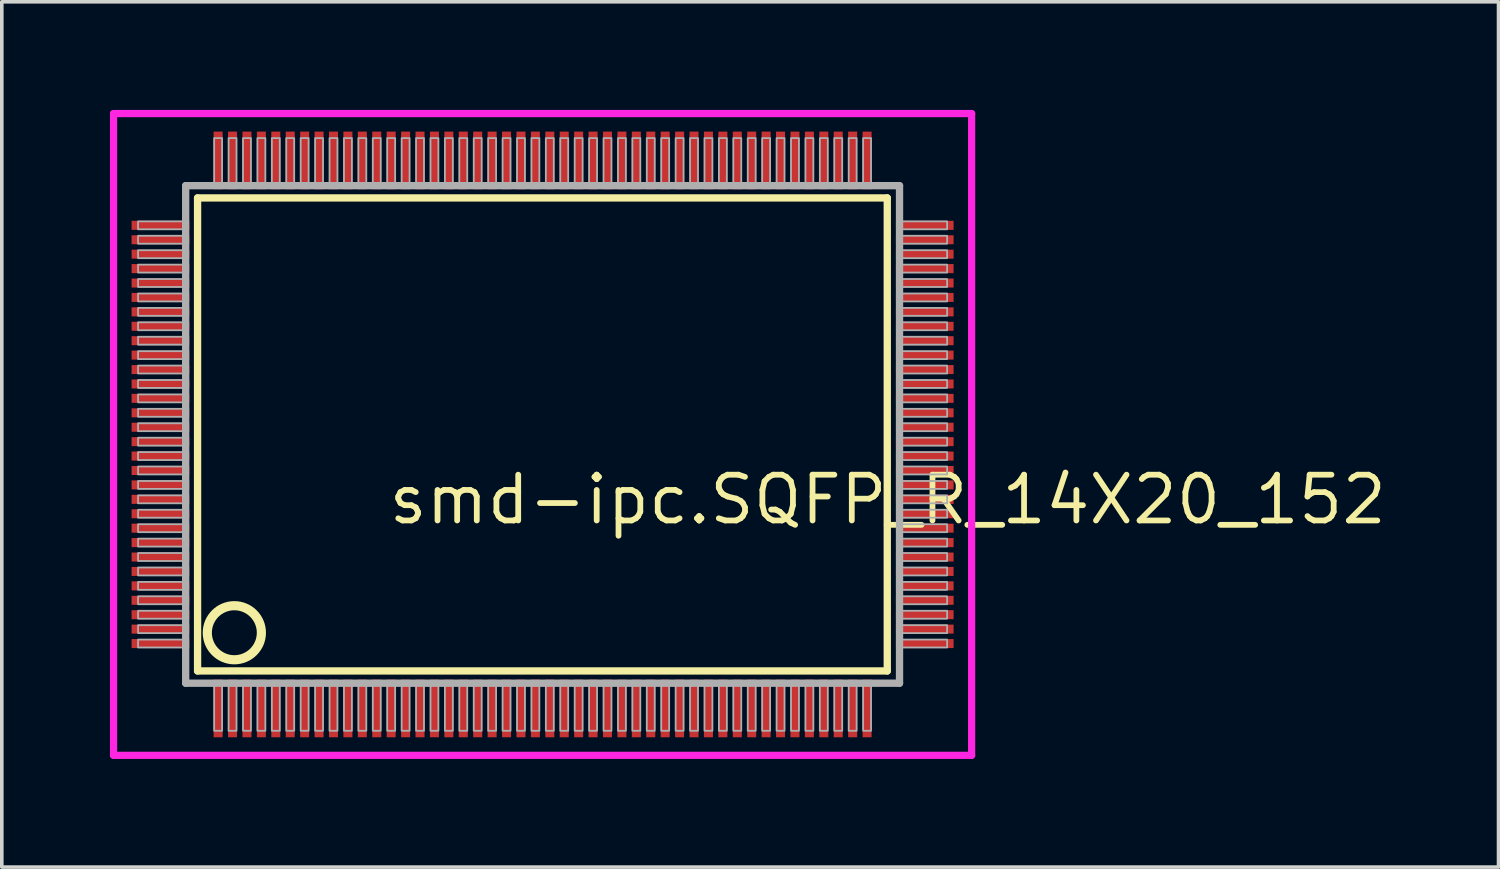
<source format=kicad_pcb>
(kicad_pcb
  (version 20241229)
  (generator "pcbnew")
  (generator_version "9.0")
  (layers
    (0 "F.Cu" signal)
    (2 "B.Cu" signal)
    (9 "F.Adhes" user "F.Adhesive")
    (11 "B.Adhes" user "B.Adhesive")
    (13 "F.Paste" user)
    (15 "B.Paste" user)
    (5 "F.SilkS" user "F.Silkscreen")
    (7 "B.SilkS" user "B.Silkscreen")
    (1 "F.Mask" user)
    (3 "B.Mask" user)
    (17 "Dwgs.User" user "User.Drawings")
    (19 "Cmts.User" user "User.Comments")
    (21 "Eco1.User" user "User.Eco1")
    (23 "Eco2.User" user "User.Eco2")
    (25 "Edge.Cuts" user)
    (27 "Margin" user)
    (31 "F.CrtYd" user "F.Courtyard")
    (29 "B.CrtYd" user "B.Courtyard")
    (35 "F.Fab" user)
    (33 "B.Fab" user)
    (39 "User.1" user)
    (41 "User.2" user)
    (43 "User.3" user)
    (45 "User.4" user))
  (footprint "smd-ipc.SQFP_R_14X20_152"
    (layer "F.Cu")
    (at 12 9)
    (property "Reference" "smd-ipc.SQFP_R_14X20_152" (at -4.35 2.55 0) (layer "F.SilkS") (effects (font (size 1.27 1.27) (thickness 0.16)) (justify left bottom)))
    (attr smd)
    (fp_line (start -9.57 -6.56) (end 9.56 -6.56) (stroke (width 0.203) (type default)) (layer "F.SilkS"))
    (fp_line (start -9.57 6.56) (end -9.57 -6.56) (stroke (width 0.203) (type default)) (layer "F.SilkS"))
    (fp_line (start 9.56 -6.56) (end 9.56 6.56) (stroke (width 0.203) (type default)) (layer "F.SilkS"))
    (fp_line (start 9.56 6.56) (end -9.57 6.56) (stroke (width 0.203) (type default)) (layer "F.SilkS"))
    (fp_circle (center -8.55 5.5) (end -7.8 5.5) (stroke (width 0.254) (type default)) (fill no) (layer "F.SilkS"))
    (fp_line (start -11.9 -8.9) (end 11.9 -8.9) (stroke (width 0.2) (type default)) (layer "F.CrtYd"))
    (fp_line (start -11.9 8.9) (end -11.9 -8.9) (stroke (width 0.2) (type default)) (layer "F.CrtYd"))
    (fp_line (start 11.9 -8.9) (end 11.9 8.9) (stroke (width 0.2) (type default)) (layer "F.CrtYd"))
    (fp_line (start 11.9 8.9) (end -11.9 8.9) (stroke (width 0.2) (type default)) (layer "F.CrtYd"))
    (fp_line (start -9.9 -6.9) (end -9.9 6.9) (stroke (width 0.203) (type default)) (layer "F.Fab"))
    (fp_line (start -9.9 6.9) (end 9.9 6.9) (stroke (width 0.203) (type default)) (layer "F.Fab"))
    (fp_line (start 9.9 -6.9) (end -9.9 -6.9) (stroke (width 0.203) (type default)) (layer "F.Fab"))
    (fp_line (start 9.9 6.9) (end 9.9 -6.9) (stroke (width 0.203) (type default)) (layer "F.Fab"))
    (fp_rect (start -11.22 -5.69) (end -9.95 -5.91) (stroke (width 0.05) (type default)) (fill no) (layer "F.Fab"))
    (fp_rect (start -11.22 -5.29) (end -9.95 -5.51) (stroke (width 0.05) (type default)) (fill no) (layer "F.Fab"))
    (fp_rect (start -11.22 -4.89) (end -9.95 -5.11) (stroke (width 0.05) (type default)) (fill no) (layer "F.Fab"))
    (fp_rect (start -11.22 -4.49) (end -9.95 -4.71) (stroke (width 0.05) (type default)) (fill no) (layer "F.Fab"))
    (fp_rect (start -11.22 -4.09) (end -9.95 -4.31) (stroke (width 0.05) (type default)) (fill no) (layer "F.Fab"))
    (fp_rect (start -11.22 -3.69) (end -9.95 -3.91) (stroke (width 0.05) (type default)) (fill no) (layer "F.Fab"))
    (fp_rect (start -11.22 -3.29) (end -9.95 -3.51) (stroke (width 0.05) (type default)) (fill no) (layer "F.Fab"))
    (fp_rect (start -11.22 -2.89) (end -9.95 -3.11) (stroke (width 0.05) (type default)) (fill no) (layer "F.Fab"))
    (fp_rect (start -11.22 -2.49) (end -9.95 -2.71) (stroke (width 0.05) (type default)) (fill no) (layer "F.Fab"))
    (fp_rect (start -11.22 -2.09) (end -9.95 -2.31) (stroke (width 0.05) (type default)) (fill no) (layer "F.Fab"))
    (fp_rect (start -11.22 -1.69) (end -9.95 -1.91) (stroke (width 0.05) (type default)) (fill no) (layer "F.Fab"))
    (fp_rect (start -11.22 -1.29) (end -9.95 -1.51) (stroke (width 0.05) (type default)) (fill no) (layer "F.Fab"))
    (fp_rect (start -11.22 -0.89) (end -9.95 -1.11) (stroke (width 0.05) (type default)) (fill no) (layer "F.Fab"))
    (fp_rect (start -11.22 -0.49) (end -9.95 -0.71) (stroke (width 0.05) (type default)) (fill no) (layer "F.Fab"))
    (fp_rect (start -11.22 -0.09) (end -9.95 -0.31) (stroke (width 0.05) (type default)) (fill no) (layer "F.Fab"))
    (fp_rect (start -11.22 0.31) (end -9.95 0.09) (stroke (width 0.05) (type default)) (fill no) (layer "F.Fab"))
    (fp_rect (start -11.22 0.71) (end -9.95 0.49) (stroke (width 0.05) (type default)) (fill no) (layer "F.Fab"))
    (fp_rect (start -11.22 1.11) (end -9.95 0.89) (stroke (width 0.05) (type default)) (fill no) (layer "F.Fab"))
    (fp_rect (start -11.22 1.51) (end -9.95 1.29) (stroke (width 0.05) (type default)) (fill no) (layer "F.Fab"))
    (fp_rect (start -11.22 1.91) (end -9.95 1.69) (stroke (width 0.05) (type default)) (fill no) (layer "F.Fab"))
    (fp_rect (start -11.22 2.31) (end -9.95 2.09) (stroke (width 0.05) (type default)) (fill no) (layer "F.Fab"))
    (fp_rect (start -11.22 2.71) (end -9.95 2.49) (stroke (width 0.05) (type default)) (fill no) (layer "F.Fab"))
    (fp_rect (start -11.22 3.11) (end -9.95 2.89) (stroke (width 0.05) (type default)) (fill no) (layer "F.Fab"))
    (fp_rect (start -11.22 3.51) (end -9.95 3.29) (stroke (width 0.05) (type default)) (fill no) (layer "F.Fab"))
    (fp_rect (start -11.22 3.91) (end -9.95 3.69) (stroke (width 0.05) (type default)) (fill no) (layer "F.Fab"))
    (fp_rect (start -11.22 4.31) (end -9.95 4.09) (stroke (width 0.05) (type default)) (fill no) (layer "F.Fab"))
    (fp_rect (start -11.22 4.71) (end -9.95 4.49) (stroke (width 0.05) (type default)) (fill no) (layer "F.Fab"))
    (fp_rect (start -11.22 5.11) (end -9.95 4.89) (stroke (width 0.05) (type default)) (fill no) (layer "F.Fab"))
    (fp_rect (start -11.22 5.51) (end -9.95 5.29) (stroke (width 0.05) (type default)) (fill no) (layer "F.Fab"))
    (fp_rect (start -11.22 5.91) (end -9.95 5.69) (stroke (width 0.05) (type default)) (fill no) (layer "F.Fab"))
    (fp_rect (start -9.11 -6.95) (end -8.89 -8.22) (stroke (width 0.05) (type default)) (fill no) (layer "F.Fab"))
    (fp_rect (start -9.11 8.22) (end -8.89 6.95) (stroke (width 0.05) (type default)) (fill no) (layer "F.Fab"))
    (fp_rect (start -8.71 -6.95) (end -8.49 -8.22) (stroke (width 0.05) (type default)) (fill no) (layer "F.Fab"))
    (fp_rect (start -8.71 8.22) (end -8.49 6.95) (stroke (width 0.05) (type default)) (fill no) (layer "F.Fab"))
    (fp_rect (start -8.31 -6.95) (end -8.09 -8.22) (stroke (width 0.05) (type default)) (fill no) (layer "F.Fab"))
    (fp_rect (start -8.31 8.22) (end -8.09 6.95) (stroke (width 0.05) (type default)) (fill no) (layer "F.Fab"))
    (fp_rect (start -7.91 -6.95) (end -7.69 -8.22) (stroke (width 0.05) (type default)) (fill no) (layer "F.Fab"))
    (fp_rect (start -7.91 8.22) (end -7.69 6.95) (stroke (width 0.05) (type default)) (fill no) (layer "F.Fab"))
    (fp_rect (start -7.51 -6.95) (end -7.29 -8.22) (stroke (width 0.05) (type default)) (fill no) (layer "F.Fab"))
    (fp_rect (start -7.51 8.22) (end -7.29 6.95) (stroke (width 0.05) (type default)) (fill no) (layer "F.Fab"))
    (fp_rect (start -7.11 -6.95) (end -6.89 -8.22) (stroke (width 0.05) (type default)) (fill no) (layer "F.Fab"))
    (fp_rect (start -7.11 8.22) (end -6.89 6.95) (stroke (width 0.05) (type default)) (fill no) (layer "F.Fab"))
    (fp_rect (start -6.71 -6.95) (end -6.49 -8.22) (stroke (width 0.05) (type default)) (fill no) (layer "F.Fab"))
    (fp_rect (start -6.71 8.22) (end -6.49 6.95) (stroke (width 0.05) (type default)) (fill no) (layer "F.Fab"))
    (fp_rect (start -6.31 -6.95) (end -6.09 -8.22) (stroke (width 0.05) (type default)) (fill no) (layer "F.Fab"))
    (fp_rect (start -6.31 8.22) (end -6.09 6.95) (stroke (width 0.05) (type default)) (fill no) (layer "F.Fab"))
    (fp_rect (start -5.91 -6.95) (end -5.69 -8.22) (stroke (width 0.05) (type default)) (fill no) (layer "F.Fab"))
    (fp_rect (start -5.91 8.22) (end -5.69 6.95) (stroke (width 0.05) (type default)) (fill no) (layer "F.Fab"))
    (fp_rect (start -5.51 -6.95) (end -5.29 -8.22) (stroke (width 0.05) (type default)) (fill no) (layer "F.Fab"))
    (fp_rect (start -5.51 8.22) (end -5.29 6.95) (stroke (width 0.05) (type default)) (fill no) (layer "F.Fab"))
    (fp_rect (start -5.11 -6.95) (end -4.89 -8.22) (stroke (width 0.05) (type default)) (fill no) (layer "F.Fab"))
    (fp_rect (start -5.11 8.22) (end -4.89 6.95) (stroke (width 0.05) (type default)) (fill no) (layer "F.Fab"))
    (fp_rect (start -4.71 -6.95) (end -4.49 -8.22) (stroke (width 0.05) (type default)) (fill no) (layer "F.Fab"))
    (fp_rect (start -4.71 8.22) (end -4.49 6.95) (stroke (width 0.05) (type default)) (fill no) (layer "F.Fab"))
    (fp_rect (start -4.31 -6.95) (end -4.09 -8.22) (stroke (width 0.05) (type default)) (fill no) (layer "F.Fab"))
    (fp_rect (start -4.31 8.22) (end -4.09 6.95) (stroke (width 0.05) (type default)) (fill no) (layer "F.Fab"))
    (fp_rect (start -3.91 -6.95) (end -3.69 -8.22) (stroke (width 0.05) (type default)) (fill no) (layer "F.Fab"))
    (fp_rect (start -3.91 8.22) (end -3.69 6.95) (stroke (width 0.05) (type default)) (fill no) (layer "F.Fab"))
    (fp_rect (start -3.51 -6.95) (end -3.29 -8.22) (stroke (width 0.05) (type default)) (fill no) (layer "F.Fab"))
    (fp_rect (start -3.51 8.22) (end -3.29 6.95) (stroke (width 0.05) (type default)) (fill no) (layer "F.Fab"))
    (fp_rect (start -3.11 -6.95) (end -2.89 -8.22) (stroke (width 0.05) (type default)) (fill no) (layer "F.Fab"))
    (fp_rect (start -3.11 8.22) (end -2.89 6.95) (stroke (width 0.05) (type default)) (fill no) (layer "F.Fab"))
    (fp_rect (start -2.71 -6.95) (end -2.49 -8.22) (stroke (width 0.05) (type default)) (fill no) (layer "F.Fab"))
    (fp_rect (start -2.71 8.22) (end -2.49 6.95) (stroke (width 0.05) (type default)) (fill no) (layer "F.Fab"))
    (fp_rect (start -2.31 -6.95) (end -2.09 -8.22) (stroke (width 0.05) (type default)) (fill no) (layer "F.Fab"))
    (fp_rect (start -2.31 8.22) (end -2.09 6.95) (stroke (width 0.05) (type default)) (fill no) (layer "F.Fab"))
    (fp_rect (start -1.91 -6.95) (end -1.69 -8.22) (stroke (width 0.05) (type default)) (fill no) (layer "F.Fab"))
    (fp_rect (start -1.91 8.22) (end -1.69 6.95) (stroke (width 0.05) (type default)) (fill no) (layer "F.Fab"))
    (fp_rect (start -1.51 -6.95) (end -1.29 -8.22) (stroke (width 0.05) (type default)) (fill no) (layer "F.Fab"))
    (fp_rect (start -1.51 8.22) (end -1.29 6.95) (stroke (width 0.05) (type default)) (fill no) (layer "F.Fab"))
    (fp_rect (start -1.11 -6.95) (end -0.89 -8.22) (stroke (width 0.05) (type default)) (fill no) (layer "F.Fab"))
    (fp_rect (start -1.11 8.22) (end -0.89 6.95) (stroke (width 0.05) (type default)) (fill no) (layer "F.Fab"))
    (fp_rect (start -0.71 -6.95) (end -0.49 -8.22) (stroke (width 0.05) (type default)) (fill no) (layer "F.Fab"))
    (fp_rect (start -0.71 8.22) (end -0.49 6.95) (stroke (width 0.05) (type default)) (fill no) (layer "F.Fab"))
    (fp_rect (start -0.31 -6.95) (end -0.09 -8.22) (stroke (width 0.05) (type default)) (fill no) (layer "F.Fab"))
    (fp_rect (start -0.31 8.22) (end -0.09 6.95) (stroke (width 0.05) (type default)) (fill no) (layer "F.Fab"))
    (fp_rect (start 0.09 -6.95) (end 0.31 -8.22) (stroke (width 0.05) (type default)) (fill no) (layer "F.Fab"))
    (fp_rect (start 0.09 8.22) (end 0.31 6.95) (stroke (width 0.05) (type default)) (fill no) (layer "F.Fab"))
    (fp_rect (start 0.49 -6.95) (end 0.71 -8.22) (stroke (width 0.05) (type default)) (fill no) (layer "F.Fab"))
    (fp_rect (start 0.49 8.22) (end 0.71 6.95) (stroke (width 0.05) (type default)) (fill no) (layer "F.Fab"))
    (fp_rect (start 0.89 -6.95) (end 1.11 -8.22) (stroke (width 0.05) (type default)) (fill no) (layer "F.Fab"))
    (fp_rect (start 0.89 8.22) (end 1.11 6.95) (stroke (width 0.05) (type default)) (fill no) (layer "F.Fab"))
    (fp_rect (start 1.29 -6.95) (end 1.51 -8.22) (stroke (width 0.05) (type default)) (fill no) (layer "F.Fab"))
    (fp_rect (start 1.29 8.22) (end 1.51 6.95) (stroke (width 0.05) (type default)) (fill no) (layer "F.Fab"))
    (fp_rect (start 1.69 -6.95) (end 1.91 -8.22) (stroke (width 0.05) (type default)) (fill no) (layer "F.Fab"))
    (fp_rect (start 1.69 8.22) (end 1.91 6.95) (stroke (width 0.05) (type default)) (fill no) (layer "F.Fab"))
    (fp_rect (start 2.09 -6.95) (end 2.31 -8.22) (stroke (width 0.05) (type default)) (fill no) (layer "F.Fab"))
    (fp_rect (start 2.09 8.22) (end 2.31 6.95) (stroke (width 0.05) (type default)) (fill no) (layer "F.Fab"))
    (fp_rect (start 2.49 -6.95) (end 2.71 -8.22) (stroke (width 0.05) (type default)) (fill no) (layer "F.Fab"))
    (fp_rect (start 2.49 8.22) (end 2.71 6.95) (stroke (width 0.05) (type default)) (fill no) (layer "F.Fab"))
    (fp_rect (start 2.89 -6.95) (end 3.11 -8.22) (stroke (width 0.05) (type default)) (fill no) (layer "F.Fab"))
    (fp_rect (start 2.89 8.22) (end 3.11 6.95) (stroke (width 0.05) (type default)) (fill no) (layer "F.Fab"))
    (fp_rect (start 3.29 -6.95) (end 3.51 -8.22) (stroke (width 0.05) (type default)) (fill no) (layer "F.Fab"))
    (fp_rect (start 3.29 8.22) (end 3.51 6.95) (stroke (width 0.05) (type default)) (fill no) (layer "F.Fab"))
    (fp_rect (start 3.69 -6.95) (end 3.91 -8.22) (stroke (width 0.05) (type default)) (fill no) (layer "F.Fab"))
    (fp_rect (start 3.69 8.22) (end 3.91 6.95) (stroke (width 0.05) (type default)) (fill no) (layer "F.Fab"))
    (fp_rect (start 4.09 -6.95) (end 4.31 -8.22) (stroke (width 0.05) (type default)) (fill no) (layer "F.Fab"))
    (fp_rect (start 4.09 8.22) (end 4.31 6.95) (stroke (width 0.05) (type default)) (fill no) (layer "F.Fab"))
    (fp_rect (start 4.49 -6.95) (end 4.71 -8.22) (stroke (width 0.05) (type default)) (fill no) (layer "F.Fab"))
    (fp_rect (start 4.49 8.22) (end 4.71 6.95) (stroke (width 0.05) (type default)) (fill no) (layer "F.Fab"))
    (fp_rect (start 4.89 -6.95) (end 5.11 -8.22) (stroke (width 0.05) (type default)) (fill no) (layer "F.Fab"))
    (fp_rect (start 4.89 8.22) (end 5.11 6.95) (stroke (width 0.05) (type default)) (fill no) (layer "F.Fab"))
    (fp_rect (start 5.29 -6.95) (end 5.51 -8.22) (stroke (width 0.05) (type default)) (fill no) (layer "F.Fab"))
    (fp_rect (start 5.29 8.22) (end 5.51 6.95) (stroke (width 0.05) (type default)) (fill no) (layer "F.Fab"))
    (fp_rect (start 5.69 -6.95) (end 5.91 -8.22) (stroke (width 0.05) (type default)) (fill no) (layer "F.Fab"))
    (fp_rect (start 5.69 8.22) (end 5.91 6.95) (stroke (width 0.05) (type default)) (fill no) (layer "F.Fab"))
    (fp_rect (start 6.09 -6.95) (end 6.31 -8.22) (stroke (width 0.05) (type default)) (fill no) (layer "F.Fab"))
    (fp_rect (start 6.09 8.22) (end 6.31 6.95) (stroke (width 0.05) (type default)) (fill no) (layer "F.Fab"))
    (fp_rect (start 6.49 -6.95) (end 6.71 -8.22) (stroke (width 0.05) (type default)) (fill no) (layer "F.Fab"))
    (fp_rect (start 6.49 8.22) (end 6.71 6.95) (stroke (width 0.05) (type default)) (fill no) (layer "F.Fab"))
    (fp_rect (start 6.89 -6.95) (end 7.11 -8.22) (stroke (width 0.05) (type default)) (fill no) (layer "F.Fab"))
    (fp_rect (start 6.89 8.22) (end 7.11 6.95) (stroke (width 0.05) (type default)) (fill no) (layer "F.Fab"))
    (fp_rect (start 7.29 -6.95) (end 7.51 -8.22) (stroke (width 0.05) (type default)) (fill no) (layer "F.Fab"))
    (fp_rect (start 7.29 8.22) (end 7.51 6.95) (stroke (width 0.05) (type default)) (fill no) (layer "F.Fab"))
    (fp_rect (start 7.69 -6.95) (end 7.91 -8.22) (stroke (width 0.05) (type default)) (fill no) (layer "F.Fab"))
    (fp_rect (start 7.69 8.22) (end 7.91 6.95) (stroke (width 0.05) (type default)) (fill no) (layer "F.Fab"))
    (fp_rect (start 8.09 -6.95) (end 8.31 -8.22) (stroke (width 0.05) (type default)) (fill no) (layer "F.Fab"))
    (fp_rect (start 8.09 8.22) (end 8.31 6.95) (stroke (width 0.05) (type default)) (fill no) (layer "F.Fab"))
    (fp_rect (start 8.49 -6.95) (end 8.71 -8.22) (stroke (width 0.05) (type default)) (fill no) (layer "F.Fab"))
    (fp_rect (start 8.49 8.22) (end 8.71 6.95) (stroke (width 0.05) (type default)) (fill no) (layer "F.Fab"))
    (fp_rect (start 8.89 -6.95) (end 9.11 -8.22) (stroke (width 0.05) (type default)) (fill no) (layer "F.Fab"))
    (fp_rect (start 8.89 8.22) (end 9.11 6.95) (stroke (width 0.05) (type default)) (fill no) (layer "F.Fab"))
    (fp_rect (start 9.95 -5.69) (end 11.22 -5.91) (stroke (width 0.05) (type default)) (fill no) (layer "F.Fab"))
    (fp_rect (start 9.95 -5.29) (end 11.22 -5.51) (stroke (width 0.05) (type default)) (fill no) (layer "F.Fab"))
    (fp_rect (start 9.95 -4.89) (end 11.22 -5.11) (stroke (width 0.05) (type default)) (fill no) (layer "F.Fab"))
    (fp_rect (start 9.95 -4.49) (end 11.22 -4.71) (stroke (width 0.05) (type default)) (fill no) (layer "F.Fab"))
    (fp_rect (start 9.95 -4.09) (end 11.22 -4.31) (stroke (width 0.05) (type default)) (fill no) (layer "F.Fab"))
    (fp_rect (start 9.95 -3.69) (end 11.22 -3.91) (stroke (width 0.05) (type default)) (fill no) (layer "F.Fab"))
    (fp_rect (start 9.95 -3.29) (end 11.22 -3.51) (stroke (width 0.05) (type default)) (fill no) (layer "F.Fab"))
    (fp_rect (start 9.95 -2.89) (end 11.22 -3.11) (stroke (width 0.05) (type default)) (fill no) (layer "F.Fab"))
    (fp_rect (start 9.95 -2.49) (end 11.22 -2.71) (stroke (width 0.05) (type default)) (fill no) (layer "F.Fab"))
    (fp_rect (start 9.95 -2.09) (end 11.22 -2.31) (stroke (width 0.05) (type default)) (fill no) (layer "F.Fab"))
    (fp_rect (start 9.95 -1.69) (end 11.22 -1.91) (stroke (width 0.05) (type default)) (fill no) (layer "F.Fab"))
    (fp_rect (start 9.95 -1.29) (end 11.22 -1.51) (stroke (width 0.05) (type default)) (fill no) (layer "F.Fab"))
    (fp_rect (start 9.95 -0.89) (end 11.22 -1.11) (stroke (width 0.05) (type default)) (fill no) (layer "F.Fab"))
    (fp_rect (start 9.95 -0.49) (end 11.22 -0.71) (stroke (width 0.05) (type default)) (fill no) (layer "F.Fab"))
    (fp_rect (start 9.95 -0.09) (end 11.22 -0.31) (stroke (width 0.05) (type default)) (fill no) (layer "F.Fab"))
    (fp_rect (start 9.95 0.31) (end 11.22 0.09) (stroke (width 0.05) (type default)) (fill no) (layer "F.Fab"))
    (fp_rect (start 9.95 0.71) (end 11.22 0.49) (stroke (width 0.05) (type default)) (fill no) (layer "F.Fab"))
    (fp_rect (start 9.95 1.11) (end 11.22 0.89) (stroke (width 0.05) (type default)) (fill no) (layer "F.Fab"))
    (fp_rect (start 9.95 1.51) (end 11.22 1.29) (stroke (width 0.05) (type default)) (fill no) (layer "F.Fab"))
    (fp_rect (start 9.95 1.91) (end 11.22 1.69) (stroke (width 0.05) (type default)) (fill no) (layer "F.Fab"))
    (fp_rect (start 9.95 2.31) (end 11.22 2.09) (stroke (width 0.05) (type default)) (fill no) (layer "F.Fab"))
    (fp_rect (start 9.95 2.71) (end 11.22 2.49) (stroke (width 0.05) (type default)) (fill no) (layer "F.Fab"))
    (fp_rect (start 9.95 3.11) (end 11.22 2.89) (stroke (width 0.05) (type default)) (fill no) (layer "F.Fab"))
    (fp_rect (start 9.95 3.51) (end 11.22 3.29) (stroke (width 0.05) (type default)) (fill no) (layer "F.Fab"))
    (fp_rect (start 9.95 3.91) (end 11.22 3.69) (stroke (width 0.05) (type default)) (fill no) (layer "F.Fab"))
    (fp_rect (start 9.95 4.31) (end 11.22 4.09) (stroke (width 0.05) (type default)) (fill no) (layer "F.Fab"))
    (fp_rect (start 9.95 4.71) (end 11.22 4.49) (stroke (width 0.05) (type default)) (fill no) (layer "F.Fab"))
    (fp_rect (start 9.95 5.11) (end 11.22 4.89) (stroke (width 0.05) (type default)) (fill no) (layer "F.Fab"))
    (fp_rect (start 9.95 5.51) (end 11.22 5.29) (stroke (width 0.05) (type default)) (fill no) (layer "F.Fab"))
    (fp_rect (start 9.95 5.91) (end 11.22 5.69) (stroke (width 0.05) (type default)) (fill no) (layer "F.Fab"))
    (pad "1" smd roundrect (at -9 7.6) (size 0.25 1.6) (layers "F.Cu" "F.Mask" "F.Paste") (roundrect_rratio 0.01))
    (pad "2" smd roundrect (at -8.6 7.6) (size 0.25 1.6) (layers "F.Cu" "F.Mask" "F.Paste") (roundrect_rratio 0.01))
    (pad "3" smd roundrect (at -8.2 7.6) (size 0.25 1.6) (layers "F.Cu" "F.Mask" "F.Paste") (roundrect_rratio 0.01))
    (pad "4" smd roundrect (at -7.8 7.6) (size 0.25 1.6) (layers "F.Cu" "F.Mask" "F.Paste") (roundrect_rratio 0.01))
    (pad "5" smd roundrect (at -7.4 7.6) (size 0.25 1.6) (layers "F.Cu" "F.Mask" "F.Paste") (roundrect_rratio 0.01))
    (pad "6" smd roundrect (at -7 7.6) (size 0.25 1.6) (layers "F.Cu" "F.Mask" "F.Paste") (roundrect_rratio 0.01))
    (pad "7" smd roundrect (at -6.6 7.6) (size 0.25 1.6) (layers "F.Cu" "F.Mask" "F.Paste") (roundrect_rratio 0.01))
    (pad "8" smd roundrect (at -6.2 7.6) (size 0.25 1.6) (layers "F.Cu" "F.Mask" "F.Paste") (roundrect_rratio 0.01))
    (pad "9" smd roundrect (at -5.8 7.6) (size 0.25 1.6) (layers "F.Cu" "F.Mask" "F.Paste") (roundrect_rratio 0.01))
    (pad "10" smd roundrect (at -5.4 7.6) (size 0.25 1.6) (layers "F.Cu" "F.Mask" "F.Paste") (roundrect_rratio 0.01))
    (pad "11" smd roundrect (at -5 7.6) (size 0.25 1.6) (layers "F.Cu" "F.Mask" "F.Paste") (roundrect_rratio 0.01))
    (pad "12" smd roundrect (at -4.6 7.6) (size 0.25 1.6) (layers "F.Cu" "F.Mask" "F.Paste") (roundrect_rratio 0.01))
    (pad "13" smd roundrect (at -4.2 7.6) (size 0.25 1.6) (layers "F.Cu" "F.Mask" "F.Paste") (roundrect_rratio 0.01))
    (pad "14" smd roundrect (at -3.8 7.6) (size 0.25 1.6) (layers "F.Cu" "F.Mask" "F.Paste") (roundrect_rratio 0.01))
    (pad "15" smd roundrect (at -3.4 7.6) (size 0.25 1.6) (layers "F.Cu" "F.Mask" "F.Paste") (roundrect_rratio 0.01))
    (pad "16" smd roundrect (at -3 7.6) (size 0.25 1.6) (layers "F.Cu" "F.Mask" "F.Paste") (roundrect_rratio 0.01))
    (pad "17" smd roundrect (at -2.6 7.6) (size 0.25 1.6) (layers "F.Cu" "F.Mask" "F.Paste") (roundrect_rratio 0.01))
    (pad "18" smd roundrect (at -2.2 7.6) (size 0.25 1.6) (layers "F.Cu" "F.Mask" "F.Paste") (roundrect_rratio 0.01))
    (pad "19" smd roundrect (at -1.8 7.6) (size 0.25 1.6) (layers "F.Cu" "F.Mask" "F.Paste") (roundrect_rratio 0.01))
    (pad "20" smd roundrect (at -1.4 7.6) (size 0.25 1.6) (layers "F.Cu" "F.Mask" "F.Paste") (roundrect_rratio 0.01))
    (pad "21" smd roundrect (at -1 7.6) (size 0.25 1.6) (layers "F.Cu" "F.Mask" "F.Paste") (roundrect_rratio 0.01))
    (pad "22" smd roundrect (at -0.6 7.6) (size 0.25 1.6) (layers "F.Cu" "F.Mask" "F.Paste") (roundrect_rratio 0.01))
    (pad "23" smd roundrect (at -0.2 7.6) (size 0.25 1.6) (layers "F.Cu" "F.Mask" "F.Paste") (roundrect_rratio 0.01))
    (pad "24" smd roundrect (at 0.2 7.6) (size 0.25 1.6) (layers "F.Cu" "F.Mask" "F.Paste") (roundrect_rratio 0.01))
    (pad "25" smd roundrect (at 0.6 7.6) (size 0.25 1.6) (layers "F.Cu" "F.Mask" "F.Paste") (roundrect_rratio 0.01))
    (pad "26" smd roundrect (at 1 7.6) (size 0.25 1.6) (layers "F.Cu" "F.Mask" "F.Paste") (roundrect_rratio 0.01))
    (pad "27" smd roundrect (at 1.4 7.6) (size 0.25 1.6) (layers "F.Cu" "F.Mask" "F.Paste") (roundrect_rratio 0.01))
    (pad "28" smd roundrect (at 1.8 7.6) (size 0.25 1.6) (layers "F.Cu" "F.Mask" "F.Paste") (roundrect_rratio 0.01))
    (pad "29" smd roundrect (at 2.2 7.6) (size 0.25 1.6) (layers "F.Cu" "F.Mask" "F.Paste") (roundrect_rratio 0.01))
    (pad "30" smd roundrect (at 2.6 7.6) (size 0.25 1.6) (layers "F.Cu" "F.Mask" "F.Paste") (roundrect_rratio 0.01))
    (pad "31" smd roundrect (at 3 7.6) (size 0.25 1.6) (layers "F.Cu" "F.Mask" "F.Paste") (roundrect_rratio 0.01))
    (pad "32" smd roundrect (at 3.4 7.6) (size 0.25 1.6) (layers "F.Cu" "F.Mask" "F.Paste") (roundrect_rratio 0.01))
    (pad "33" smd roundrect (at 3.8 7.6) (size 0.25 1.6) (layers "F.Cu" "F.Mask" "F.Paste") (roundrect_rratio 0.01))
    (pad "34" smd roundrect (at 4.2 7.6) (size 0.25 1.6) (layers "F.Cu" "F.Mask" "F.Paste") (roundrect_rratio 0.01))
    (pad "35" smd roundrect (at 4.6 7.6) (size 0.25 1.6) (layers "F.Cu" "F.Mask" "F.Paste") (roundrect_rratio 0.01))
    (pad "36" smd roundrect (at 5 7.6) (size 0.25 1.6) (layers "F.Cu" "F.Mask" "F.Paste") (roundrect_rratio 0.01))
    (pad "37" smd roundrect (at 5.4 7.6) (size 0.25 1.6) (layers "F.Cu" "F.Mask" "F.Paste") (roundrect_rratio 0.01))
    (pad "38" smd roundrect (at 5.8 7.6) (size 0.25 1.6) (layers "F.Cu" "F.Mask" "F.Paste") (roundrect_rratio 0.01))
    (pad "39" smd roundrect (at 6.2 7.6) (size 0.25 1.6) (layers "F.Cu" "F.Mask" "F.Paste") (roundrect_rratio 0.01))
    (pad "40" smd roundrect (at 6.6 7.6) (size 0.25 1.6) (layers "F.Cu" "F.Mask" "F.Paste") (roundrect_rratio 0.01))
    (pad "41" smd roundrect (at 7 7.6) (size 0.25 1.6) (layers "F.Cu" "F.Mask" "F.Paste") (roundrect_rratio 0.01))
    (pad "42" smd roundrect (at 7.4 7.6) (size 0.25 1.6) (layers "F.Cu" "F.Mask" "F.Paste") (roundrect_rratio 0.01))
    (pad "43" smd roundrect (at 7.8 7.6) (size 0.25 1.6) (layers "F.Cu" "F.Mask" "F.Paste") (roundrect_rratio 0.01))
    (pad "44" smd roundrect (at 8.2 7.6) (size 0.25 1.6) (layers "F.Cu" "F.Mask" "F.Paste") (roundrect_rratio 0.01))
    (pad "45" smd roundrect (at 8.6 7.6) (size 0.25 1.6) (layers "F.Cu" "F.Mask" "F.Paste") (roundrect_rratio 0.01))
    (pad "46" smd roundrect (at 9 7.6) (size 0.25 1.6) (layers "F.Cu" "F.Mask" "F.Paste") (roundrect_rratio 0.01))
    (pad "47" smd roundrect (at 10.6 5.8) (size 1.6 0.25) (layers "F.Cu" "F.Mask" "F.Paste") (roundrect_rratio 0.01))
    (pad "48" smd roundrect (at 10.6 5.4) (size 1.6 0.25) (layers "F.Cu" "F.Mask" "F.Paste") (roundrect_rratio 0.01))
    (pad "49" smd roundrect (at 10.6 5) (size 1.6 0.25) (layers "F.Cu" "F.Mask" "F.Paste") (roundrect_rratio 0.01))
    (pad "50" smd roundrect (at 10.6 4.6) (size 1.6 0.25) (layers "F.Cu" "F.Mask" "F.Paste") (roundrect_rratio 0.01))
    (pad "51" smd roundrect (at 10.6 4.2) (size 1.6 0.25) (layers "F.Cu" "F.Mask" "F.Paste") (roundrect_rratio 0.01))
    (pad "52" smd roundrect (at 10.6 3.8) (size 1.6 0.25) (layers "F.Cu" "F.Mask" "F.Paste") (roundrect_rratio 0.01))
    (pad "53" smd roundrect (at 10.6 3.4) (size 1.6 0.25) (layers "F.Cu" "F.Mask" "F.Paste") (roundrect_rratio 0.01))
    (pad "54" smd roundrect (at 10.6 3) (size 1.6 0.25) (layers "F.Cu" "F.Mask" "F.Paste") (roundrect_rratio 0.01))
    (pad "55" smd roundrect (at 10.6 2.6) (size 1.6 0.25) (layers "F.Cu" "F.Mask" "F.Paste") (roundrect_rratio 0.01))
    (pad "56" smd roundrect (at 10.6 2.2) (size 1.6 0.25) (layers "F.Cu" "F.Mask" "F.Paste") (roundrect_rratio 0.01))
    (pad "57" smd roundrect (at 10.6 1.8) (size 1.6 0.25) (layers "F.Cu" "F.Mask" "F.Paste") (roundrect_rratio 0.01))
    (pad "58" smd roundrect (at 10.6 1.4) (size 1.6 0.25) (layers "F.Cu" "F.Mask" "F.Paste") (roundrect_rratio 0.01))
    (pad "59" smd roundrect (at 10.6 1) (size 1.6 0.25) (layers "F.Cu" "F.Mask" "F.Paste") (roundrect_rratio 0.01))
    (pad "60" smd roundrect (at 10.6 0.6) (size 1.6 0.25) (layers "F.Cu" "F.Mask" "F.Paste") (roundrect_rratio 0.01))
    (pad "61" smd roundrect (at 10.6 0.2) (size 1.6 0.25) (layers "F.Cu" "F.Mask" "F.Paste") (roundrect_rratio 0.01))
    (pad "62" smd roundrect (at 10.6 -0.2) (size 1.6 0.25) (layers "F.Cu" "F.Mask" "F.Paste") (roundrect_rratio 0.01))
    (pad "63" smd roundrect (at 10.6 -0.6) (size 1.6 0.25) (layers "F.Cu" "F.Mask" "F.Paste") (roundrect_rratio 0.01))
    (pad "64" smd roundrect (at 10.6 -1) (size 1.6 0.25) (layers "F.Cu" "F.Mask" "F.Paste") (roundrect_rratio 0.01))
    (pad "65" smd roundrect (at 10.6 -1.4) (size 1.6 0.25) (layers "F.Cu" "F.Mask" "F.Paste") (roundrect_rratio 0.01))
    (pad "66" smd roundrect (at 10.6 -1.8) (size 1.6 0.25) (layers "F.Cu" "F.Mask" "F.Paste") (roundrect_rratio 0.01))
    (pad "67" smd roundrect (at 10.6 -2.2) (size 1.6 0.25) (layers "F.Cu" "F.Mask" "F.Paste") (roundrect_rratio 0.01))
    (pad "68" smd roundrect (at 10.6 -2.6) (size 1.6 0.25) (layers "F.Cu" "F.Mask" "F.Paste") (roundrect_rratio 0.01))
    (pad "69" smd roundrect (at 10.6 -3) (size 1.6 0.25) (layers "F.Cu" "F.Mask" "F.Paste") (roundrect_rratio 0.01))
    (pad "70" smd roundrect (at 10.6 -3.4) (size 1.6 0.25) (layers "F.Cu" "F.Mask" "F.Paste") (roundrect_rratio 0.01))
    (pad "71" smd roundrect (at 10.6 -3.8) (size 1.6 0.25) (layers "F.Cu" "F.Mask" "F.Paste") (roundrect_rratio 0.01))
    (pad "72" smd roundrect (at 10.6 -4.2) (size 1.6 0.25) (layers "F.Cu" "F.Mask" "F.Paste") (roundrect_rratio 0.01))
    (pad "73" smd roundrect (at 10.6 -4.6) (size 1.6 0.25) (layers "F.Cu" "F.Mask" "F.Paste") (roundrect_rratio 0.01))
    (pad "74" smd roundrect (at 10.6 -5) (size 1.6 0.25) (layers "F.Cu" "F.Mask" "F.Paste") (roundrect_rratio 0.01))
    (pad "75" smd roundrect (at 10.6 -5.4) (size 1.6 0.25) (layers "F.Cu" "F.Mask" "F.Paste") (roundrect_rratio 0.01))
    (pad "76" smd roundrect (at 10.6 -5.8) (size 1.6 0.25) (layers "F.Cu" "F.Mask" "F.Paste") (roundrect_rratio 0.01))
    (pad "77" smd roundrect (at 9 -7.6) (size 0.25 1.6) (layers "F.Cu" "F.Mask" "F.Paste") (roundrect_rratio 0.01))
    (pad "78" smd roundrect (at 8.6 -7.6) (size 0.25 1.6) (layers "F.Cu" "F.Mask" "F.Paste") (roundrect_rratio 0.01))
    (pad "79" smd roundrect (at 8.2 -7.6) (size 0.25 1.6) (layers "F.Cu" "F.Mask" "F.Paste") (roundrect_rratio 0.01))
    (pad "80" smd roundrect (at 7.8 -7.6) (size 0.25 1.6) (layers "F.Cu" "F.Mask" "F.Paste") (roundrect_rratio 0.01))
    (pad "81" smd roundrect (at 7.4 -7.6) (size 0.25 1.6) (layers "F.Cu" "F.Mask" "F.Paste") (roundrect_rratio 0.01))
    (pad "82" smd roundrect (at 7 -7.6) (size 0.25 1.6) (layers "F.Cu" "F.Mask" "F.Paste") (roundrect_rratio 0.01))
    (pad "83" smd roundrect (at 6.6 -7.6) (size 0.25 1.6) (layers "F.Cu" "F.Mask" "F.Paste") (roundrect_rratio 0.01))
    (pad "84" smd roundrect (at 6.2 -7.6) (size 0.25 1.6) (layers "F.Cu" "F.Mask" "F.Paste") (roundrect_rratio 0.01))
    (pad "85" smd roundrect (at 5.8 -7.6) (size 0.25 1.6) (layers "F.Cu" "F.Mask" "F.Paste") (roundrect_rratio 0.01))
    (pad "86" smd roundrect (at 5.4 -7.6) (size 0.25 1.6) (layers "F.Cu" "F.Mask" "F.Paste") (roundrect_rratio 0.01))
    (pad "87" smd roundrect (at 5 -7.6) (size 0.25 1.6) (layers "F.Cu" "F.Mask" "F.Paste") (roundrect_rratio 0.01))
    (pad "88" smd roundrect (at 4.6 -7.6) (size 0.25 1.6) (layers "F.Cu" "F.Mask" "F.Paste") (roundrect_rratio 0.01))
    (pad "89" smd roundrect (at 4.2 -7.6) (size 0.25 1.6) (layers "F.Cu" "F.Mask" "F.Paste") (roundrect_rratio 0.01))
    (pad "90" smd roundrect (at 3.8 -7.6) (size 0.25 1.6) (layers "F.Cu" "F.Mask" "F.Paste") (roundrect_rratio 0.01))
    (pad "91" smd roundrect (at 3.4 -7.6) (size 0.25 1.6) (layers "F.Cu" "F.Mask" "F.Paste") (roundrect_rratio 0.01))
    (pad "92" smd roundrect (at 3 -7.6) (size 0.25 1.6) (layers "F.Cu" "F.Mask" "F.Paste") (roundrect_rratio 0.01))
    (pad "93" smd roundrect (at 2.6 -7.6) (size 0.25 1.6) (layers "F.Cu" "F.Mask" "F.Paste") (roundrect_rratio 0.01))
    (pad "94" smd roundrect (at 2.2 -7.6) (size 0.25 1.6) (layers "F.Cu" "F.Mask" "F.Paste") (roundrect_rratio 0.01))
    (pad "95" smd roundrect (at 1.8 -7.6) (size 0.25 1.6) (layers "F.Cu" "F.Mask" "F.Paste") (roundrect_rratio 0.01))
    (pad "96" smd roundrect (at 1.4 -7.6) (size 0.25 1.6) (layers "F.Cu" "F.Mask" "F.Paste") (roundrect_rratio 0.01))
    (pad "97" smd roundrect (at 1 -7.6) (size 0.25 1.6) (layers "F.Cu" "F.Mask" "F.Paste") (roundrect_rratio 0.01))
    (pad "98" smd roundrect (at 0.6 -7.6) (size 0.25 1.6) (layers "F.Cu" "F.Mask" "F.Paste") (roundrect_rratio 0.01))
    (pad "99" smd roundrect (at 0.2 -7.6) (size 0.25 1.6) (layers "F.Cu" "F.Mask" "F.Paste") (roundrect_rratio 0.01))
    (pad "100" smd roundrect (at -0.2 -7.6) (size 0.25 1.6) (layers "F.Cu" "F.Mask" "F.Paste") (roundrect_rratio 0.01))
    (pad "101" smd roundrect (at -0.6 -7.6) (size 0.25 1.6) (layers "F.Cu" "F.Mask" "F.Paste") (roundrect_rratio 0.01))
    (pad "102" smd roundrect (at -1 -7.6) (size 0.25 1.6) (layers "F.Cu" "F.Mask" "F.Paste") (roundrect_rratio 0.01))
    (pad "103" smd roundrect (at -1.4 -7.6) (size 0.25 1.6) (layers "F.Cu" "F.Mask" "F.Paste") (roundrect_rratio 0.01))
    (pad "104" smd roundrect (at -1.8 -7.6) (size 0.25 1.6) (layers "F.Cu" "F.Mask" "F.Paste") (roundrect_rratio 0.01))
    (pad "105" smd roundrect (at -2.2 -7.6) (size 0.25 1.6) (layers "F.Cu" "F.Mask" "F.Paste") (roundrect_rratio 0.01))
    (pad "106" smd roundrect (at -2.6 -7.6) (size 0.25 1.6) (layers "F.Cu" "F.Mask" "F.Paste") (roundrect_rratio 0.01))
    (pad "107" smd roundrect (at -3 -7.6) (size 0.25 1.6) (layers "F.Cu" "F.Mask" "F.Paste") (roundrect_rratio 0.01))
    (pad "108" smd roundrect (at -3.4 -7.6) (size 0.25 1.6) (layers "F.Cu" "F.Mask" "F.Paste") (roundrect_rratio 0.01))
    (pad "109" smd roundrect (at -3.8 -7.6) (size 0.25 1.6) (layers "F.Cu" "F.Mask" "F.Paste") (roundrect_rratio 0.01))
    (pad "110" smd roundrect (at -4.2 -7.6) (size 0.25 1.6) (layers "F.Cu" "F.Mask" "F.Paste") (roundrect_rratio 0.01))
    (pad "111" smd roundrect (at -4.6 -7.6) (size 0.25 1.6) (layers "F.Cu" "F.Mask" "F.Paste") (roundrect_rratio 0.01))
    (pad "112" smd roundrect (at -5 -7.6) (size 0.25 1.6) (layers "F.Cu" "F.Mask" "F.Paste") (roundrect_rratio 0.01))
    (pad "113" smd roundrect (at -5.4 -7.6) (size 0.25 1.6) (layers "F.Cu" "F.Mask" "F.Paste") (roundrect_rratio 0.01))
    (pad "114" smd roundrect (at -5.8 -7.6) (size 0.25 1.6) (layers "F.Cu" "F.Mask" "F.Paste") (roundrect_rratio 0.01))
    (pad "115" smd roundrect (at -6.2 -7.6) (size 0.25 1.6) (layers "F.Cu" "F.Mask" "F.Paste") (roundrect_rratio 0.01))
    (pad "116" smd roundrect (at -6.6 -7.6) (size 0.25 1.6) (layers "F.Cu" "F.Mask" "F.Paste") (roundrect_rratio 0.01))
    (pad "117" smd roundrect (at -7 -7.6) (size 0.25 1.6) (layers "F.Cu" "F.Mask" "F.Paste") (roundrect_rratio 0.01))
    (pad "118" smd roundrect (at -7.4 -7.6) (size 0.25 1.6) (layers "F.Cu" "F.Mask" "F.Paste") (roundrect_rratio 0.01))
    (pad "119" smd roundrect (at -7.8 -7.6) (size 0.25 1.6) (layers "F.Cu" "F.Mask" "F.Paste") (roundrect_rratio 0.01))
    (pad "120" smd roundrect (at -8.2 -7.6) (size 0.25 1.6) (layers "F.Cu" "F.Mask" "F.Paste") (roundrect_rratio 0.01))
    (pad "121" smd roundrect (at -8.6 -7.6) (size 0.25 1.6) (layers "F.Cu" "F.Mask" "F.Paste") (roundrect_rratio 0.01))
    (pad "122" smd roundrect (at -9 -7.6) (size 0.25 1.6) (layers "F.Cu" "F.Mask" "F.Paste") (roundrect_rratio 0.01))
    (pad "123" smd roundrect (at -10.6 -5.8) (size 1.6 0.25) (layers "F.Cu" "F.Mask" "F.Paste") (roundrect_rratio 0.01))
    (pad "124" smd roundrect (at -10.6 -5.4) (size 1.6 0.25) (layers "F.Cu" "F.Mask" "F.Paste") (roundrect_rratio 0.01))
    (pad "125" smd roundrect (at -10.6 -5) (size 1.6 0.25) (layers "F.Cu" "F.Mask" "F.Paste") (roundrect_rratio 0.01))
    (pad "126" smd roundrect (at -10.6 -4.6) (size 1.6 0.25) (layers "F.Cu" "F.Mask" "F.Paste") (roundrect_rratio 0.01))
    (pad "127" smd roundrect (at -10.6 -4.2) (size 1.6 0.25) (layers "F.Cu" "F.Mask" "F.Paste") (roundrect_rratio 0.01))
    (pad "128" smd roundrect (at -10.6 -3.8) (size 1.6 0.25) (layers "F.Cu" "F.Mask" "F.Paste") (roundrect_rratio 0.01))
    (pad "129" smd roundrect (at -10.6 -3.4) (size 1.6 0.25) (layers "F.Cu" "F.Mask" "F.Paste") (roundrect_rratio 0.01))
    (pad "130" smd roundrect (at -10.6 -3) (size 1.6 0.25) (layers "F.Cu" "F.Mask" "F.Paste") (roundrect_rratio 0.01))
    (pad "131" smd roundrect (at -10.6 -2.6) (size 1.6 0.25) (layers "F.Cu" "F.Mask" "F.Paste") (roundrect_rratio 0.01))
    (pad "132" smd roundrect (at -10.6 -2.2) (size 1.6 0.25) (layers "F.Cu" "F.Mask" "F.Paste") (roundrect_rratio 0.01))
    (pad "133" smd roundrect (at -10.6 -1.8) (size 1.6 0.25) (layers "F.Cu" "F.Mask" "F.Paste") (roundrect_rratio 0.01))
    (pad "134" smd roundrect (at -10.6 -1.4) (size 1.6 0.25) (layers "F.Cu" "F.Mask" "F.Paste") (roundrect_rratio 0.01))
    (pad "135" smd roundrect (at -10.6 -1) (size 1.6 0.25) (layers "F.Cu" "F.Mask" "F.Paste") (roundrect_rratio 0.01))
    (pad "136" smd roundrect (at -10.6 -0.6) (size 1.6 0.25) (layers "F.Cu" "F.Mask" "F.Paste") (roundrect_rratio 0.01))
    (pad "137" smd roundrect (at -10.6 -0.2) (size 1.6 0.25) (layers "F.Cu" "F.Mask" "F.Paste") (roundrect_rratio 0.01))
    (pad "138" smd roundrect (at -10.6 0.2) (size 1.6 0.25) (layers "F.Cu" "F.Mask" "F.Paste") (roundrect_rratio 0.01))
    (pad "139" smd roundrect (at -10.6 0.6) (size 1.6 0.25) (layers "F.Cu" "F.Mask" "F.Paste") (roundrect_rratio 0.01))
    (pad "140" smd roundrect (at -10.6 1) (size 1.6 0.25) (layers "F.Cu" "F.Mask" "F.Paste") (roundrect_rratio 0.01))
    (pad "141" smd roundrect (at -10.6 1.4) (size 1.6 0.25) (layers "F.Cu" "F.Mask" "F.Paste") (roundrect_rratio 0.01))
    (pad "142" smd roundrect (at -10.6 1.8) (size 1.6 0.25) (layers "F.Cu" "F.Mask" "F.Paste") (roundrect_rratio 0.01))
    (pad "143" smd roundrect (at -10.6 2.2) (size 1.6 0.25) (layers "F.Cu" "F.Mask" "F.Paste") (roundrect_rratio 0.01))
    (pad "144" smd roundrect (at -10.6 2.6) (size 1.6 0.25) (layers "F.Cu" "F.Mask" "F.Paste") (roundrect_rratio 0.01))
    (pad "145" smd roundrect (at -10.6 3) (size 1.6 0.25) (layers "F.Cu" "F.Mask" "F.Paste") (roundrect_rratio 0.01))
    (pad "146" smd roundrect (at -10.6 3.4) (size 1.6 0.25) (layers "F.Cu" "F.Mask" "F.Paste") (roundrect_rratio 0.01))
    (pad "147" smd roundrect (at -10.6 3.8) (size 1.6 0.25) (layers "F.Cu" "F.Mask" "F.Paste") (roundrect_rratio 0.01))
    (pad "148" smd roundrect (at -10.6 4.2) (size 1.6 0.25) (layers "F.Cu" "F.Mask" "F.Paste") (roundrect_rratio 0.01))
    (pad "149" smd roundrect (at -10.6 4.6) (size 1.6 0.25) (layers "F.Cu" "F.Mask" "F.Paste") (roundrect_rratio 0.01))
    (pad "150" smd roundrect (at -10.6 5) (size 1.6 0.25) (layers "F.Cu" "F.Mask" "F.Paste") (roundrect_rratio 0.01))
    (pad "151" smd roundrect (at -10.6 5.4) (size 1.6 0.25) (layers "F.Cu" "F.Mask" "F.Paste") (roundrect_rratio 0.01))
    (pad "152" smd roundrect (at -10.6 5.8) (size 1.6 0.25) (layers "F.Cu" "F.Mask" "F.Paste") (roundrect_rratio 0.01)))
  (gr_rect
    (start -3 -3)
    (end 38.514 21)
    (stroke (width 0.1) (type default))
    (fill no)
    (layer "Edge.Cuts")))
</source>
